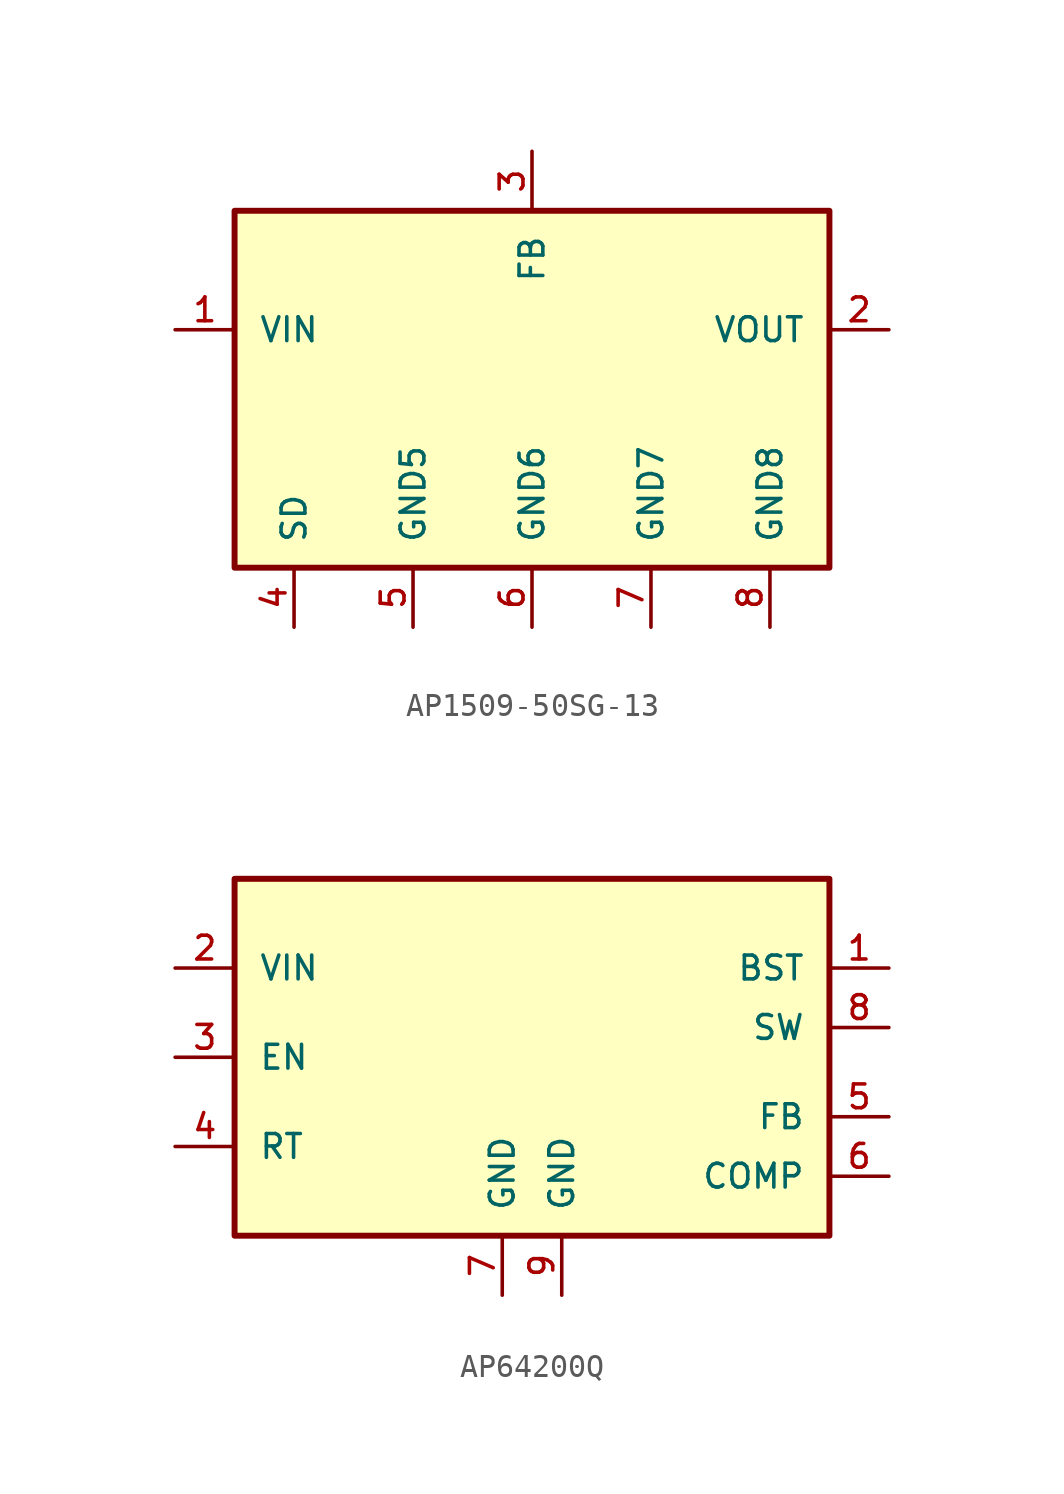
<source format=kicad_sym>
(kicad_symbol_lib
  (version 20211014)
  (generator kicad_symbol_editor)
  (symbol "AP1509-50SG-13"
    (pin_names
      (offset 1.016))
    (property "Reference" "U"
      (at 0 0 0)
      (effects (font (size 1.27 1.27)) (justify left bottom) hide))
    (property "ki_locked" ""
      (at 0 0 0)
      (effects (font (size 1.27 1.27))))
    (symbol "AP1509-50SG-13_0_0"
      (rectangle (start -12.7 -7.62) (end 12.7 7.62) (stroke (width 0.254) (type default) (color 0 0 0 0)) (fill (type background)))
      (pin bidirectional line (at -15.24 2.54 0) (length 2.54) (name "VIN" (effects (font (size 1.016 1.016)))) (number "1" (effects (font (size 1.016 1.016)))))
      (pin bidirectional line (at 15.24 2.54 180) (length 2.54) (name "VOUT" (effects (font (size 1.016 1.016)))) (number "2" (effects (font (size 1.016 1.016)))))
      (pin bidirectional line (at 0 10.16 270) (length 2.54) (name "FB" (effects (font (size 1.016 1.016)))) (number "3" (effects (font (size 1.016 1.016)))))
      (pin bidirectional line (at -10.16 -10.16 90) (length 2.54) (name "SD" (effects (font (size 1.016 1.016)))) (number "4" (effects (font (size 1.016 1.016)))))
      (pin bidirectional line (at -5.08 -10.16 90) (length 2.54) (name "GND5" (effects (font (size 1.016 1.016)))) (number "5" (effects (font (size 1.016 1.016)))))
      (pin bidirectional line (at 0 -10.16 90) (length 2.54) (name "GND6" (effects (font (size 1.016 1.016)))) (number "6" (effects (font (size 1.016 1.016)))))
      (pin bidirectional line (at 5.08 -10.16 90) (length 2.54) (name "GND7" (effects (font (size 1.016 1.016)))) (number "7" (effects (font (size 1.016 1.016)))))
      (pin bidirectional line (at 10.16 -10.16 90) (length 2.54) (name "GND8" (effects (font (size 1.016 1.016)))) (number "8" (effects (font (size 1.016 1.016)))))))
  (symbol "AP64200Q"
    (pin_names
      (offset 1.016))
    (property "Reference" "U"
      (at 0 0 0)
      (effects (font (size 1.27 1.27)) (justify left bottom) hide))
    (property "ki_locked" ""
      (at 0 0 0)
      (effects (font (size 1.27 1.27))))
    (symbol "AP64200Q_0_0"
      (rectangle (start -12.7 -7.62) (end 12.7 7.62) (stroke (width 0.254) (type default) (color 0 0 0 0)) (fill (type background)))
      (pin bidirectional line (at 15.24 3.81 180) (length 2.54) (name "BST" (effects (font (size 1.016 1.016)))) (number "1" (effects (font (size 1.016 1.016)))))
      (pin power_in line (at -15.24 3.81 0) (length 2.54) (name "VIN" (effects (font (size 1.016 1.016)))) (number "2" (effects (font (size 1.016 1.016)))))
      (pin input line (at -15.24 0 0) (length 2.54) (name "EN" (effects (font (size 1.016 1.016)))) (number "3" (effects (font (size 1.016 1.016)))))
      (pin input line (at -15.24 -3.81 0) (length 2.54) (name "RT" (effects (font (size 1.016 1.016)))) (number "4" (effects (font (size 1.016 1.016)))))
      (pin bidirectional line (at 15.24 -2.54 180) (length 2.54) (name "FB" (effects (font (size 1.016 1.016)))) (number "5" (effects (font (size 1.016 1.016)))))
      (pin bidirectional line (at 15.24 -5.08 180) (length 2.54) (name "COMP" (effects (font (size 1.016 1.016)))) (number "6" (effects (font (size 1.016 1.016)))))
      (pin bidirectional line (at -1.27 -10.16 90) (length 2.54) (name "GND" (effects (font (size 1.016 1.016)))) (number "7" (effects (font (size 1.016 1.016)))))
      (pin power_out line (at 15.24 1.27 180) (length 2.54) (name "SW" (effects (font (size 1.016 1.016)))) (number "8" (effects (font (size 1.016 1.016)))))
      (pin bidirectional line (at 1.27 -10.16 90) (length 2.54) (name "GND" (effects (font (size 1.016 1.016)))) (number "9" (effects (font (size 1.016 1.016))))))))
</source>
